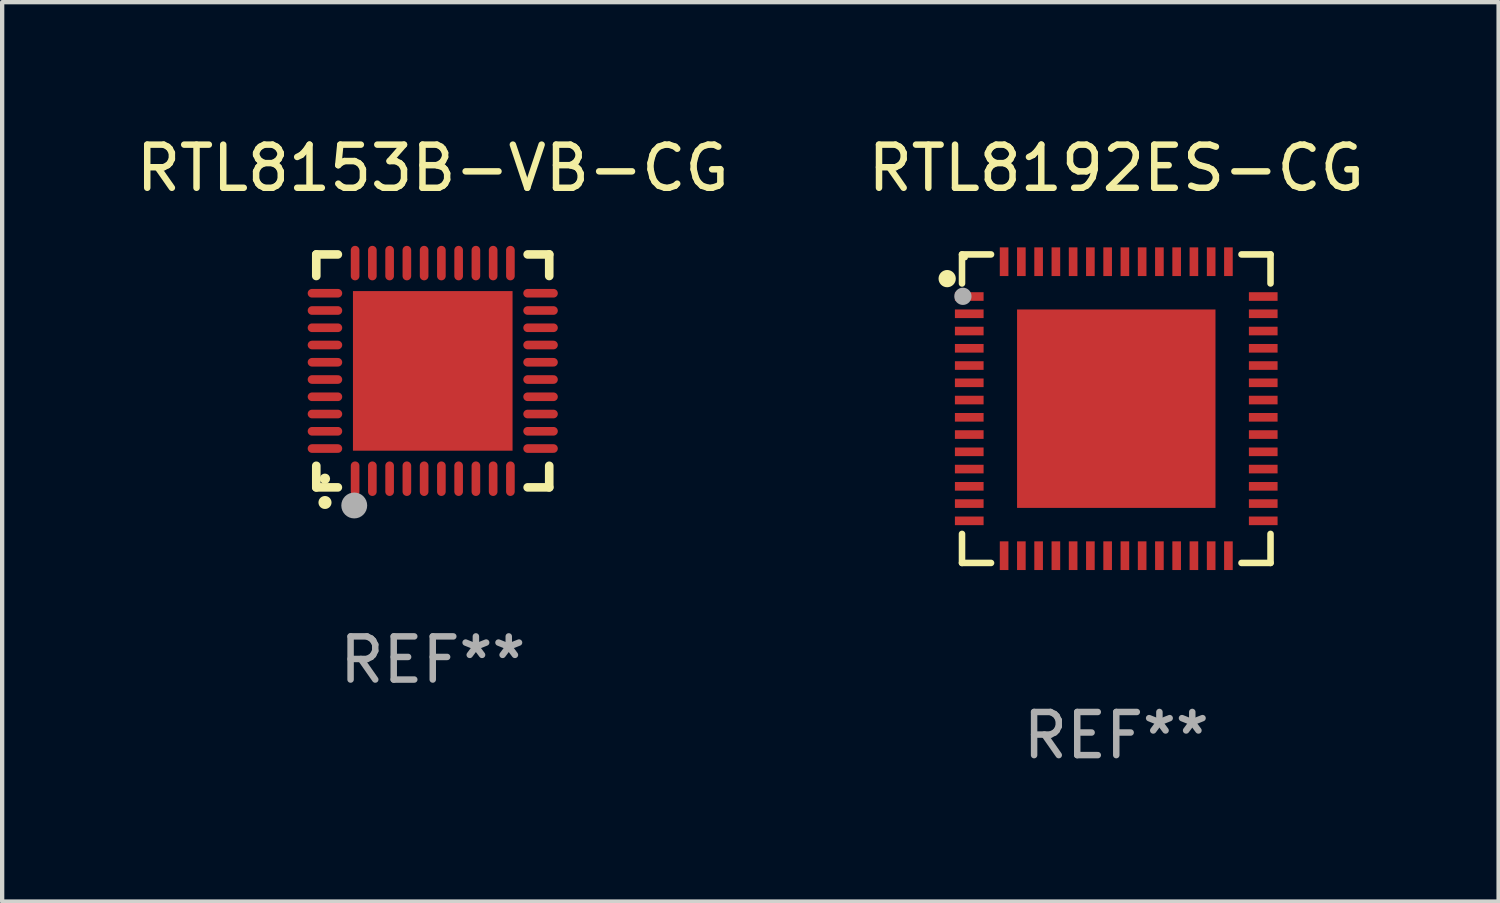
<source format=kicad_pcb>
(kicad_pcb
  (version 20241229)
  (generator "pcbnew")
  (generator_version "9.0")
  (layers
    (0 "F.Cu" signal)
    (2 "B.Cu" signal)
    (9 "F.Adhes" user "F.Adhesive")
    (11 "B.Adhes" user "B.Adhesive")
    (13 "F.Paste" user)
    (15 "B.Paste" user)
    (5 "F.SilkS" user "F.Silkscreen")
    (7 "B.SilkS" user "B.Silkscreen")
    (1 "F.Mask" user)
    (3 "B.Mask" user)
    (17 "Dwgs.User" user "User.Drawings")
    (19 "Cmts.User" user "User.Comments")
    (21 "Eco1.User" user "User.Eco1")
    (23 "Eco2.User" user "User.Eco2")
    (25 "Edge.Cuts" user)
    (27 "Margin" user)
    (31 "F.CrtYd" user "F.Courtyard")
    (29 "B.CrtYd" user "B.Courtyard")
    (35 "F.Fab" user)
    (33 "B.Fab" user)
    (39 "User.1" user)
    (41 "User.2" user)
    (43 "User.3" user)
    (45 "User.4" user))
  (footprint "RTL8153B-VB-CG"
    (layer "F.Cu")
    (at 6.982 5.548)
    (property "Reference" "RTL8153B-VB-CG" (at 0 -4.7 0) (layer "F.SilkS") (effects (font (size 1 1) (thickness 0.15))))
    (attr through_hole)
    (fp_line (start -2.7 -2.7) (end -2.7 -2.2) (stroke (width 0.2) (type solid)) (layer "F.SilkS"))
    (fp_line (start -2.7 2.7) (end -2.7 2.2) (stroke (width 0.2) (type solid)) (layer "F.SilkS"))
    (fp_line (start -2.2 -2.7) (end -2.7 -2.7) (stroke (width 0.2) (type solid)) (layer "F.SilkS"))
    (fp_line (start -2.2 2.7) (end -2.7 2.7) (stroke (width 0.2) (type solid)) (layer "F.SilkS"))
    (fp_line (start 2.7 -2.7) (end 2.2 -2.7) (stroke (width 0.2) (type solid)) (layer "F.SilkS"))
    (fp_line (start 2.7 -2.2) (end 2.7 -2.7) (stroke (width 0.2) (type solid)) (layer "F.SilkS"))
    (fp_line (start 2.7 2.2) (end 2.7 2.7) (stroke (width 0.2) (type solid)) (layer "F.SilkS"))
    (fp_line (start 2.7 2.7) (end 2.2 2.7) (stroke (width 0.2) (type solid)) (layer "F.SilkS"))
    (fp_arc (start -2.499365 3.050546) (mid -2.498095 3.050541) (end -2.496825 3.050546) (stroke (width 0.3) (type solid)) (layer "F.SilkS"))
    (fp_circle (center -2.5 2.5) (end -2.44 2.5) (stroke (width 0.12) (type solid)) (fill no) (layer "F.SilkS"))
    (fp_circle (center -1.82 3.12) (end -1.67 3.12) (stroke (width 0.3) (type solid)) (fill no) (layer "F.Fab"))
    (fp_text user "REF**" (at 0 6.7 0) (layer "F.Fab") (effects (font (size 1 1) (thickness 0.15))))
    (pad "1" smd oval (at -1.8 2.499) (size 0.2 0.8) (layers "F.Cu" "F.Mask" "F.Paste"))
    (pad "2" smd oval (at -1.4 2.499) (size 0.2 0.8) (layers "F.Cu" "F.Mask" "F.Paste"))
    (pad "3" smd oval (at -1 2.499) (size 0.2 0.8) (layers "F.Cu" "F.Mask" "F.Paste"))
    (pad "4" smd oval (at -0.6 2.499) (size 0.2 0.8) (layers "F.Cu" "F.Mask" "F.Paste"))
    (pad "5" smd oval (at -0.2 2.499) (size 0.2 0.8) (layers "F.Cu" "F.Mask" "F.Paste"))
    (pad "6" smd oval (at 0.2 2.499) (size 0.2 0.8) (layers "F.Cu" "F.Mask" "F.Paste"))
    (pad "7" smd oval (at 0.6 2.499) (size 0.2 0.8) (layers "F.Cu" "F.Mask" "F.Paste"))
    (pad "8" smd oval (at 1 2.499) (size 0.2 0.8) (layers "F.Cu" "F.Mask" "F.Paste"))
    (pad "9" smd oval (at 1.4 2.499) (size 0.2 0.8) (layers "F.Cu" "F.Mask" "F.Paste"))
    (pad "10" smd oval (at 1.8 2.499) (size 0.2 0.8) (layers "F.Cu" "F.Mask" "F.Paste"))
    (pad "11" smd oval (at 2.499 1.8) (size 0.8 0.2) (layers "F.Cu" "F.Mask" "F.Paste"))
    (pad "12" smd oval (at 2.499 1.4) (size 0.8 0.2) (layers "F.Cu" "F.Mask" "F.Paste"))
    (pad "13" smd oval (at 2.499 1) (size 0.8 0.2) (layers "F.Cu" "F.Mask" "F.Paste"))
    (pad "14" smd oval (at 2.499 0.6) (size 0.8 0.2) (layers "F.Cu" "F.Mask" "F.Paste"))
    (pad "15" smd oval (at 2.499 0.2) (size 0.8 0.2) (layers "F.Cu" "F.Mask" "F.Paste"))
    (pad "16" smd oval (at 2.499 -0.2) (size 0.8 0.2) (layers "F.Cu" "F.Mask" "F.Paste"))
    (pad "17" smd oval (at 2.499 -0.6) (size 0.8 0.2) (layers "F.Cu" "F.Mask" "F.Paste"))
    (pad "18" smd oval (at 2.499 -1) (size 0.8 0.2) (layers "F.Cu" "F.Mask" "F.Paste"))
    (pad "19" smd oval (at 2.499 -1.4) (size 0.8 0.2) (layers "F.Cu" "F.Mask" "F.Paste"))
    (pad "20" smd oval (at 2.499 -1.8) (size 0.8 0.2) (layers "F.Cu" "F.Mask" "F.Paste"))
    (pad "21" smd oval (at 1.8 -2.499) (size 0.2 0.8) (layers "F.Cu" "F.Mask" "F.Paste"))
    (pad "22" smd oval (at 1.4 -2.499) (size 0.2 0.8) (layers "F.Cu" "F.Mask" "F.Paste"))
    (pad "23" smd oval (at 1 -2.499) (size 0.2 0.8) (layers "F.Cu" "F.Mask" "F.Paste"))
    (pad "24" smd oval (at 0.6 -2.499) (size 0.2 0.8) (layers "F.Cu" "F.Mask" "F.Paste"))
    (pad "25" smd oval (at 0.2 -2.499) (size 0.2 0.8) (layers "F.Cu" "F.Mask" "F.Paste"))
    (pad "26" smd oval (at -0.2 -2.499) (size 0.2 0.8) (layers "F.Cu" "F.Mask" "F.Paste"))
    (pad "27" smd oval (at -0.6 -2.499) (size 0.2 0.8) (layers "F.Cu" "F.Mask" "F.Paste"))
    (pad "28" smd oval (at -1 -2.499) (size 0.2 0.8) (layers "F.Cu" "F.Mask" "F.Paste"))
    (pad "29" smd oval (at -1.4 -2.499) (size 0.2 0.8) (layers "F.Cu" "F.Mask" "F.Paste"))
    (pad "30" smd oval (at -1.8 -2.499) (size 0.2 0.8) (layers "F.Cu" "F.Mask" "F.Paste"))
    (pad "31" smd oval (at -2.499 -1.8) (size 0.8 0.2) (layers "F.Cu" "F.Mask" "F.Paste"))
    (pad "32" smd oval (at -2.499 -1.4) (size 0.8 0.2) (layers "F.Cu" "F.Mask" "F.Paste"))
    (pad "33" smd oval (at -2.499 -1) (size 0.8 0.2) (layers "F.Cu" "F.Mask" "F.Paste"))
    (pad "34" smd oval (at -2.499 -0.6) (size 0.8 0.2) (layers "F.Cu" "F.Mask" "F.Paste"))
    (pad "35" smd oval (at -2.499 -0.2) (size 0.8 0.2) (layers "F.Cu" "F.Mask" "F.Paste"))
    (pad "36" smd oval (at -2.499 0.2) (size 0.8 0.2) (layers "F.Cu" "F.Mask" "F.Paste"))
    (pad "37" smd oval (at -2.499 0.6) (size 0.8 0.2) (layers "F.Cu" "F.Mask" "F.Paste"))
    (pad "38" smd oval (at -2.499 1) (size 0.8 0.2) (layers "F.Cu" "F.Mask" "F.Paste"))
    (pad "39" smd oval (at -2.499 1.4) (size 0.8 0.2) (layers "F.Cu" "F.Mask" "F.Paste"))
    (pad "40" smd oval (at -2.499 1.8) (size 0.8 0.2) (layers "F.Cu" "F.Mask" "F.Paste"))
    (pad "41" smd rect (at 0 0) (size 3.7 3.7) (layers "F.Cu" "F.Mask" "F.Paste")))
  (footprint "RTL8192ES-CG"
    (layer "F.Cu")
    (at 22.827 6.424)
    (property "Reference" "RTL8192ES-CG" (at 0 -5.576 0) (layer "F.SilkS") (effects (font (size 1 1) (thickness 0.15))))
    (attr through_hole)
    (fp_line (start -3.576 -3.576) (end -3.576 -2.903) (stroke (width 0.152) (type solid)) (layer "F.SilkS"))
    (fp_line (start -3.576 3.576) (end -3.576 2.903) (stroke (width 0.152) (type solid)) (layer "F.SilkS"))
    (fp_line (start -2.903 -3.576) (end -3.576 -3.576) (stroke (width 0.152) (type solid)) (layer "F.SilkS"))
    (fp_line (start -2.903 3.576) (end -3.576 3.576) (stroke (width 0.152) (type solid)) (layer "F.SilkS"))
    (fp_line (start 2.903 -3.576) (end 3.576 -3.576) (stroke (width 0.152) (type solid)) (layer "F.SilkS"))
    (fp_line (start 2.903 3.576) (end 3.576 3.576) (stroke (width 0.152) (type solid)) (layer "F.SilkS"))
    (fp_line (start 3.576 -3.576) (end 3.576 -2.903) (stroke (width 0.152) (type solid)) (layer "F.SilkS"))
    (fp_line (start 3.576 3.576) (end 3.576 2.903) (stroke (width 0.152) (type solid)) (layer "F.SilkS"))
    (fp_circle (center -3.92 -3.015) (end -3.82 -3.015) (stroke (width 0.2) (type solid)) (fill no) (layer "F.SilkS"))
    (fp_circle (center -3.5 -3.5) (end -3.47 -3.5) (stroke (width 0.06) (type solid)) (fill no) (layer "F.SilkS"))
    (fp_circle (center -3.555 -2.605) (end -3.455 -2.605) (stroke (width 0.2) (type solid)) (fill no) (layer "F.Fab"))
    (fp_text user "REF**" (at 0 7.576 0) (layer "F.Fab") (effects (font (size 1 1) (thickness 0.15))))
    (pad "1" smd rect (at -3.408 -2.6) (size 0.665 0.2) (layers "F.Cu" "F.Mask" "F.Paste"))
    (pad "2" smd rect (at -3.408 -2.2) (size 0.665 0.2) (layers "F.Cu" "F.Mask" "F.Paste"))
    (pad "3" smd rect (at -3.408 -1.8) (size 0.665 0.2) (layers "F.Cu" "F.Mask" "F.Paste"))
    (pad "4" smd rect (at -3.408 -1.4) (size 0.665 0.2) (layers "F.Cu" "F.Mask" "F.Paste"))
    (pad "5" smd rect (at -3.408 -1) (size 0.665 0.2) (layers "F.Cu" "F.Mask" "F.Paste"))
    (pad "6" smd rect (at -3.408 -0.6) (size 0.665 0.2) (layers "F.Cu" "F.Mask" "F.Paste"))
    (pad "7" smd rect (at -3.408 -0.2) (size 0.665 0.2) (layers "F.Cu" "F.Mask" "F.Paste"))
    (pad "8" smd rect (at -3.408 0.2) (size 0.665 0.2) (layers "F.Cu" "F.Mask" "F.Paste"))
    (pad "9" smd rect (at -3.408 0.6) (size 0.665 0.2) (layers "F.Cu" "F.Mask" "F.Paste"))
    (pad "10" smd rect (at -3.408 1) (size 0.665 0.2) (layers "F.Cu" "F.Mask" "F.Paste"))
    (pad "11" smd rect (at -3.408 1.4) (size 0.665 0.2) (layers "F.Cu" "F.Mask" "F.Paste"))
    (pad "12" smd rect (at -3.408 1.8) (size 0.665 0.2) (layers "F.Cu" "F.Mask" "F.Paste"))
    (pad "13" smd rect (at -3.408 2.2) (size 0.665 0.2) (layers "F.Cu" "F.Mask" "F.Paste"))
    (pad "14" smd rect (at -3.408 2.6) (size 0.665 0.2) (layers "F.Cu" "F.Mask" "F.Paste"))
    (pad "15" smd rect (at -2.6 3.408) (size 0.2 0.665) (layers "F.Cu" "F.Mask" "F.Paste"))
    (pad "16" smd rect (at -2.2 3.408) (size 0.2 0.665) (layers "F.Cu" "F.Mask" "F.Paste"))
    (pad "17" smd rect (at -1.8 3.408) (size 0.2 0.665) (layers "F.Cu" "F.Mask" "F.Paste"))
    (pad "18" smd rect (at -1.4 3.408) (size 0.2 0.665) (layers "F.Cu" "F.Mask" "F.Paste"))
    (pad "19" smd rect (at -1 3.408) (size 0.2 0.665) (layers "F.Cu" "F.Mask" "F.Paste"))
    (pad "20" smd rect (at -0.6 3.408) (size 0.2 0.665) (layers "F.Cu" "F.Mask" "F.Paste"))
    (pad "21" smd rect (at -0.2 3.408) (size 0.2 0.665) (layers "F.Cu" "F.Mask" "F.Paste"))
    (pad "22" smd rect (at 0.2 3.408) (size 0.2 0.665) (layers "F.Cu" "F.Mask" "F.Paste"))
    (pad "23" smd rect (at 0.6 3.408) (size 0.2 0.665) (layers "F.Cu" "F.Mask" "F.Paste"))
    (pad "24" smd rect (at 1 3.408) (size 0.2 0.665) (layers "F.Cu" "F.Mask" "F.Paste"))
    (pad "25" smd rect (at 1.4 3.408) (size 0.2 0.665) (layers "F.Cu" "F.Mask" "F.Paste"))
    (pad "26" smd rect (at 1.8 3.408) (size 0.2 0.665) (layers "F.Cu" "F.Mask" "F.Paste"))
    (pad "27" smd rect (at 2.2 3.408) (size 0.2 0.665) (layers "F.Cu" "F.Mask" "F.Paste"))
    (pad "28" smd rect (at 2.6 3.408) (size 0.2 0.665) (layers "F.Cu" "F.Mask" "F.Paste"))
    (pad "29" smd rect (at 3.407 2.6) (size 0.665 0.2) (layers "F.Cu" "F.Mask" "F.Paste"))
    (pad "30" smd rect (at 3.407 2.2) (size 0.665 0.2) (layers "F.Cu" "F.Mask" "F.Paste"))
    (pad "31" smd rect (at 3.407 1.8) (size 0.665 0.2) (layers "F.Cu" "F.Mask" "F.Paste"))
    (pad "32" smd rect (at 3.407 1.4) (size 0.665 0.2) (layers "F.Cu" "F.Mask" "F.Paste"))
    (pad "33" smd rect (at 3.407 1) (size 0.665 0.2) (layers "F.Cu" "F.Mask" "F.Paste"))
    (pad "34" smd rect (at 3.407 0.6) (size 0.665 0.2) (layers "F.Cu" "F.Mask" "F.Paste"))
    (pad "35" smd rect (at 3.407 0.2) (size 0.665 0.2) (layers "F.Cu" "F.Mask" "F.Paste"))
    (pad "36" smd rect (at 3.407 -0.2) (size 0.665 0.2) (layers "F.Cu" "F.Mask" "F.Paste"))
    (pad "37" smd rect (at 3.407 -0.6) (size 0.665 0.2) (layers "F.Cu" "F.Mask" "F.Paste"))
    (pad "38" smd rect (at 3.407 -1) (size 0.665 0.2) (layers "F.Cu" "F.Mask" "F.Paste"))
    (pad "39" smd rect (at 3.407 -1.4) (size 0.665 0.2) (layers "F.Cu" "F.Mask" "F.Paste"))
    (pad "40" smd rect (at 3.407 -1.8) (size 0.665 0.2) (layers "F.Cu" "F.Mask" "F.Paste"))
    (pad "41" smd rect (at 3.407 -2.2) (size 0.665 0.2) (layers "F.Cu" "F.Mask" "F.Paste"))
    (pad "42" smd rect (at 3.407 -2.6) (size 0.665 0.2) (layers "F.Cu" "F.Mask" "F.Paste"))
    (pad "43" smd rect (at 2.6 -3.407) (size 0.2 0.665) (layers "F.Cu" "F.Mask" "F.Paste"))
    (pad "44" smd rect (at 2.2 -3.407) (size 0.2 0.665) (layers "F.Cu" "F.Mask" "F.Paste"))
    (pad "45" smd rect (at 1.8 -3.407) (size 0.2 0.665) (layers "F.Cu" "F.Mask" "F.Paste"))
    (pad "46" smd rect (at 1.4 -3.407) (size 0.2 0.665) (layers "F.Cu" "F.Mask" "F.Paste"))
    (pad "47" smd rect (at 1 -3.407) (size 0.2 0.665) (layers "F.Cu" "F.Mask" "F.Paste"))
    (pad "48" smd rect (at 0.6 -3.407) (size 0.2 0.665) (layers "F.Cu" "F.Mask" "F.Paste"))
    (pad "49" smd rect (at 0.2 -3.407) (size 0.2 0.665) (layers "F.Cu" "F.Mask" "F.Paste"))
    (pad "50" smd rect (at -0.2 -3.407) (size 0.2 0.665) (layers "F.Cu" "F.Mask" "F.Paste"))
    (pad "51" smd rect (at -0.6 -3.407) (size 0.2 0.665) (layers "F.Cu" "F.Mask" "F.Paste"))
    (pad "52" smd rect (at -1 -3.407) (size 0.2 0.665) (layers "F.Cu" "F.Mask" "F.Paste"))
    (pad "53" smd rect (at -1.4 -3.407) (size 0.2 0.665) (layers "F.Cu" "F.Mask" "F.Paste"))
    (pad "54" smd rect (at -1.8 -3.407) (size 0.2 0.665) (layers "F.Cu" "F.Mask" "F.Paste"))
    (pad "55" smd rect (at -2.2 -3.407) (size 0.2 0.665) (layers "F.Cu" "F.Mask" "F.Paste"))
    (pad "56" smd rect (at -2.6 -3.407) (size 0.2 0.665) (layers "F.Cu" "F.Mask" "F.Paste"))
    (pad "57" smd rect (at 0.000051 -0.000051) (size 4.6 4.6) (layers "F.Cu" "F.Mask" "F.Paste")))
  (gr_rect
    (start -3 -3)
    (end 31.69 17.849)
    (stroke (width 0.1) (type default))
    (fill no)
    (layer "Edge.Cuts")))
</source>
